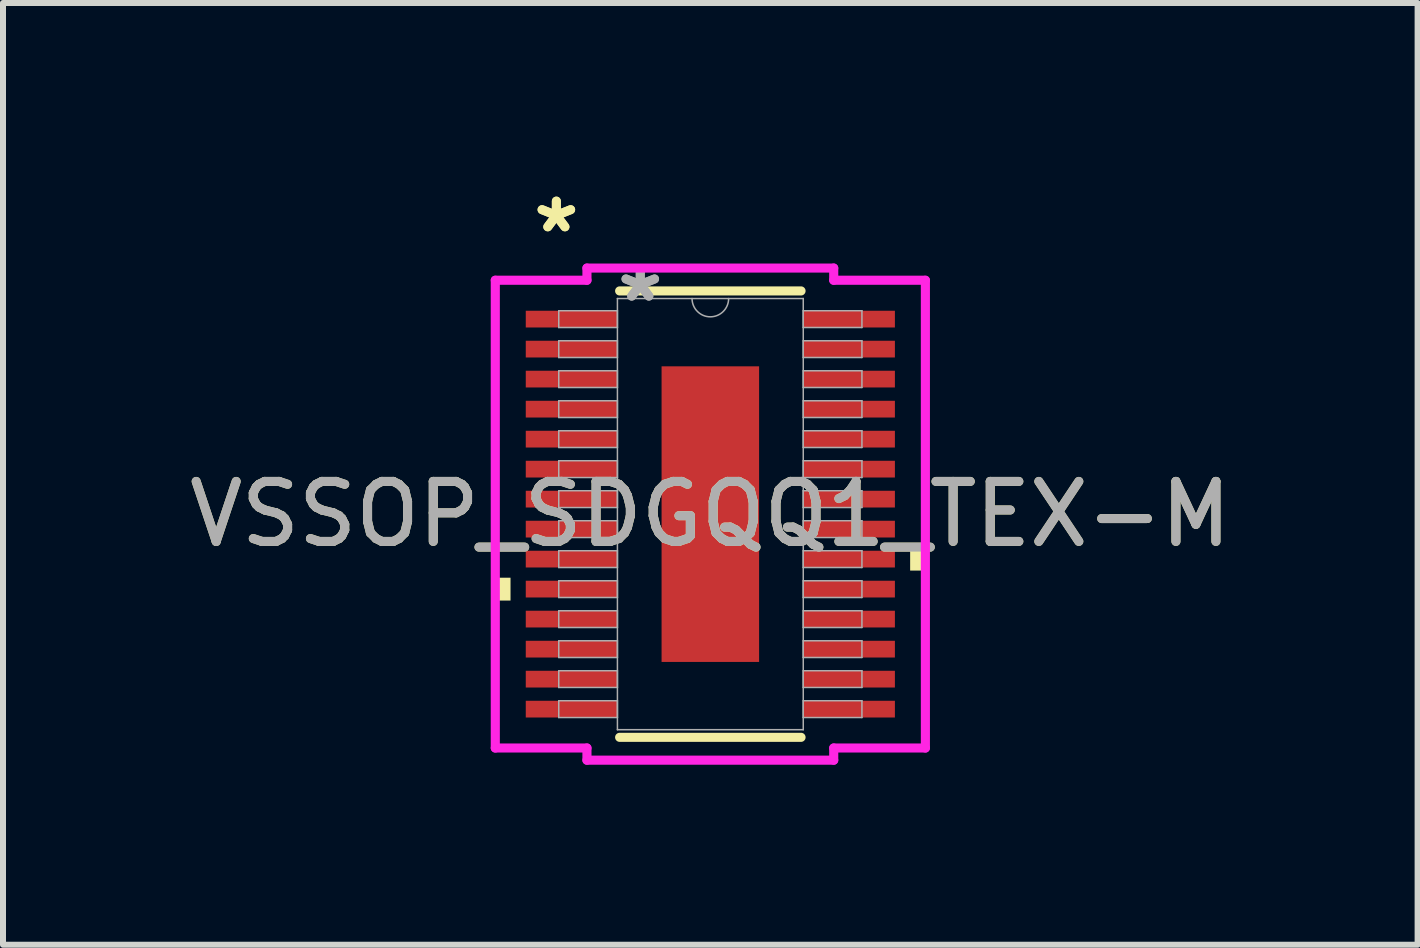
<source format=kicad_pcb>
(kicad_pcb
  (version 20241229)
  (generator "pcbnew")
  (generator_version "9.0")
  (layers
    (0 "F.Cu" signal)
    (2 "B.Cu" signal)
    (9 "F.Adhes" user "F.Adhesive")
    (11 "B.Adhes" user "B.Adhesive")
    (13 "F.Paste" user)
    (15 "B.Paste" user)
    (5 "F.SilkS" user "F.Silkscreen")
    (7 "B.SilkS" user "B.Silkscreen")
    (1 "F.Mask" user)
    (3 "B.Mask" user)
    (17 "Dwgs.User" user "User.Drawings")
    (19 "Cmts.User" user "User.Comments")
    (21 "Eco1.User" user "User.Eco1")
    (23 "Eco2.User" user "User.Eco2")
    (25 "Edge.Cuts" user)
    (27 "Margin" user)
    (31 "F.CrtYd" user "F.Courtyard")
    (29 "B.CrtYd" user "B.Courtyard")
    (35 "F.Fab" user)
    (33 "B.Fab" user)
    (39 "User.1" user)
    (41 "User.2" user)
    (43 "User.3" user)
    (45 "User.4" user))
  (footprint "VSSOP_SDGQQ1_TEX-M"
    (layer "F.Cu")
    (at 8.792 5.521)
    (property "Reference" "VSSOP_SDGQQ1_TEX-M" (at 0 0 0) (unlocked yes) (layer "F.SilkS") (effects (font (size 1 1) (thickness 0.15))))
    (attr smd)
    (fp_line (start -1.512 3.721) (end 1.512 3.721) (stroke (width 0.152) (type solid)) (layer "F.SilkS"))
    (fp_line (start 1.512 -3.721) (end -1.512 -3.721) (stroke (width 0.152) (type solid)) (layer "F.SilkS"))
    (fp_poly (pts (xy -3.585 1.06) (xy -3.585 1.441) (xy -3.331 1.441) (xy -3.331 1.06)) (stroke (width 0) (type solid)) (fill yes) (layer "F.SilkS"))
    (fp_poly (pts (xy 3.585 0.56) (xy 3.585 0.941) (xy 3.331 0.941) (xy 3.331 0.56)) (stroke (width 0) (type solid)) (fill yes) (layer "F.SilkS"))
    (fp_poly (pts (xy -0.713 -2.364) (xy -0.713 -0.921) (xy 0.713 -0.921) (xy 0.713 -2.364)) (stroke (width 0) (type solid)) (fill yes) (layer "F.Paste"))
    (fp_poly (pts (xy -0.713 -0.721) (xy -0.713 0.721) (xy 0.713 0.721) (xy 0.713 -0.721)) (stroke (width 0) (type solid)) (fill yes) (layer "F.Paste"))
    (fp_poly (pts (xy -0.713 0.921) (xy -0.713 2.364) (xy 0.713 2.364) (xy 0.713 0.921)) (stroke (width 0) (type solid)) (fill yes) (layer "F.Paste"))
    (fp_line (start -3.585 -3.899) (end -2.057 -3.899) (stroke (width 0.152) (type solid)) (layer "F.CrtYd"))
    (fp_line (start -3.585 3.899) (end -3.585 -3.899) (stroke (width 0.152) (type solid)) (layer "F.CrtYd"))
    (fp_line (start -3.585 3.899) (end -2.057 3.899) (stroke (width 0.152) (type solid)) (layer "F.CrtYd"))
    (fp_line (start -2.057 -4.102) (end 2.057 -4.102) (stroke (width 0.152) (type solid)) (layer "F.CrtYd"))
    (fp_line (start -2.057 -3.899) (end -2.057 -4.102) (stroke (width 0.152) (type solid)) (layer "F.CrtYd"))
    (fp_line (start -2.057 4.102) (end -2.057 3.899) (stroke (width 0.152) (type solid)) (layer "F.CrtYd"))
    (fp_line (start 2.057 -4.102) (end 2.057 -3.899) (stroke (width 0.152) (type solid)) (layer "F.CrtYd"))
    (fp_line (start 2.057 3.899) (end 2.057 4.102) (stroke (width 0.152) (type solid)) (layer "F.CrtYd"))
    (fp_line (start 2.057 4.102) (end -2.057 4.102) (stroke (width 0.152) (type solid)) (layer "F.CrtYd"))
    (fp_line (start 3.585 -3.899) (end 2.057 -3.899) (stroke (width 0.152) (type solid)) (layer "F.CrtYd"))
    (fp_line (start 3.585 -3.899) (end 3.585 3.899) (stroke (width 0.152) (type solid)) (layer "F.CrtYd"))
    (fp_line (start 3.585 3.899) (end 2.057 3.899) (stroke (width 0.152) (type solid)) (layer "F.CrtYd"))
    (fp_line (start -2.527 -3.391) (end -2.527 -3.111) (stroke (width 0.025) (type solid)) (layer "F.Fab"))
    (fp_line (start -2.527 -3.111) (end -1.549 -3.111) (stroke (width 0.025) (type solid)) (layer "F.Fab"))
    (fp_line (start -2.527 -2.89) (end -2.527 -2.611) (stroke (width 0.025) (type solid)) (layer "F.Fab"))
    (fp_line (start -2.527 -2.611) (end -1.549 -2.611) (stroke (width 0.025) (type solid)) (layer "F.Fab"))
    (fp_line (start -2.527 -2.39) (end -2.527 -2.111) (stroke (width 0.025) (type solid)) (layer "F.Fab"))
    (fp_line (start -2.527 -2.111) (end -1.549 -2.111) (stroke (width 0.025) (type solid)) (layer "F.Fab"))
    (fp_line (start -2.527 -1.89) (end -2.527 -1.611) (stroke (width 0.025) (type solid)) (layer "F.Fab"))
    (fp_line (start -2.527 -1.611) (end -1.549 -1.611) (stroke (width 0.025) (type solid)) (layer "F.Fab"))
    (fp_line (start -2.527 -1.39) (end -2.527 -1.111) (stroke (width 0.025) (type solid)) (layer "F.Fab"))
    (fp_line (start -2.527 -1.111) (end -1.549 -1.111) (stroke (width 0.025) (type solid)) (layer "F.Fab"))
    (fp_line (start -2.527 -0.89) (end -2.527 -0.61) (stroke (width 0.025) (type solid)) (layer "F.Fab"))
    (fp_line (start -2.527 -0.61) (end -1.549 -0.61) (stroke (width 0.025) (type solid)) (layer "F.Fab"))
    (fp_line (start -2.527 -0.39) (end -2.527 -0.11) (stroke (width 0.025) (type solid)) (layer "F.Fab"))
    (fp_line (start -2.527 -0.11) (end -1.549 -0.11) (stroke (width 0.025) (type solid)) (layer "F.Fab"))
    (fp_line (start -2.527 0.11) (end -2.527 0.39) (stroke (width 0.025) (type solid)) (layer "F.Fab"))
    (fp_line (start -2.527 0.39) (end -1.549 0.39) (stroke (width 0.025) (type solid)) (layer "F.Fab"))
    (fp_line (start -2.527 0.61) (end -2.527 0.89) (stroke (width 0.025) (type solid)) (layer "F.Fab"))
    (fp_line (start -2.527 0.89) (end -1.549 0.89) (stroke (width 0.025) (type solid)) (layer "F.Fab"))
    (fp_line (start -2.527 1.111) (end -2.527 1.39) (stroke (width 0.025) (type solid)) (layer "F.Fab"))
    (fp_line (start -2.527 1.39) (end -1.549 1.39) (stroke (width 0.025) (type solid)) (layer "F.Fab"))
    (fp_line (start -2.527 1.611) (end -2.527 1.89) (stroke (width 0.025) (type solid)) (layer "F.Fab"))
    (fp_line (start -2.527 1.89) (end -1.549 1.89) (stroke (width 0.025) (type solid)) (layer "F.Fab"))
    (fp_line (start -2.527 2.111) (end -2.527 2.39) (stroke (width 0.025) (type solid)) (layer "F.Fab"))
    (fp_line (start -2.527 2.39) (end -1.549 2.39) (stroke (width 0.025) (type solid)) (layer "F.Fab"))
    (fp_line (start -2.527 2.611) (end -2.527 2.89) (stroke (width 0.025) (type solid)) (layer "F.Fab"))
    (fp_line (start -2.527 2.89) (end -1.549 2.89) (stroke (width 0.025) (type solid)) (layer "F.Fab"))
    (fp_line (start -2.527 3.111) (end -2.527 3.391) (stroke (width 0.025) (type solid)) (layer "F.Fab"))
    (fp_line (start -2.527 3.391) (end -1.549 3.391) (stroke (width 0.025) (type solid)) (layer "F.Fab"))
    (fp_line (start -1.549 -3.594) (end -1.549 3.594) (stroke (width 0.025) (type solid)) (layer "F.Fab"))
    (fp_line (start -1.549 -3.391) (end -2.527 -3.391) (stroke (width 0.025) (type solid)) (layer "F.Fab"))
    (fp_line (start -1.549 -3.111) (end -1.549 -3.391) (stroke (width 0.025) (type solid)) (layer "F.Fab"))
    (fp_line (start -1.549 -2.89) (end -2.527 -2.89) (stroke (width 0.025) (type solid)) (layer "F.Fab"))
    (fp_line (start -1.549 -2.611) (end -1.549 -2.89) (stroke (width 0.025) (type solid)) (layer "F.Fab"))
    (fp_line (start -1.549 -2.39) (end -2.527 -2.39) (stroke (width 0.025) (type solid)) (layer "F.Fab"))
    (fp_line (start -1.549 -2.111) (end -1.549 -2.39) (stroke (width 0.025) (type solid)) (layer "F.Fab"))
    (fp_line (start -1.549 -1.89) (end -2.527 -1.89) (stroke (width 0.025) (type solid)) (layer "F.Fab"))
    (fp_line (start -1.549 -1.611) (end -1.549 -1.89) (stroke (width 0.025) (type solid)) (layer "F.Fab"))
    (fp_line (start -1.549 -1.39) (end -2.527 -1.39) (stroke (width 0.025) (type solid)) (layer "F.Fab"))
    (fp_line (start -1.549 -1.111) (end -1.549 -1.39) (stroke (width 0.025) (type solid)) (layer "F.Fab"))
    (fp_line (start -1.549 -0.89) (end -2.527 -0.89) (stroke (width 0.025) (type solid)) (layer "F.Fab"))
    (fp_line (start -1.549 -0.61) (end -1.549 -0.89) (stroke (width 0.025) (type solid)) (layer "F.Fab"))
    (fp_line (start -1.549 -0.39) (end -2.527 -0.39) (stroke (width 0.025) (type solid)) (layer "F.Fab"))
    (fp_line (start -1.549 -0.11) (end -1.549 -0.39) (stroke (width 0.025) (type solid)) (layer "F.Fab"))
    (fp_line (start -1.549 0.11) (end -2.527 0.11) (stroke (width 0.025) (type solid)) (layer "F.Fab"))
    (fp_line (start -1.549 0.39) (end -1.549 0.11) (stroke (width 0.025) (type solid)) (layer "F.Fab"))
    (fp_line (start -1.549 0.61) (end -2.527 0.61) (stroke (width 0.025) (type solid)) (layer "F.Fab"))
    (fp_line (start -1.549 0.89) (end -1.549 0.61) (stroke (width 0.025) (type solid)) (layer "F.Fab"))
    (fp_line (start -1.549 1.111) (end -2.527 1.111) (stroke (width 0.025) (type solid)) (layer "F.Fab"))
    (fp_line (start -1.549 1.39) (end -1.549 1.111) (stroke (width 0.025) (type solid)) (layer "F.Fab"))
    (fp_line (start -1.549 1.611) (end -2.527 1.611) (stroke (width 0.025) (type solid)) (layer "F.Fab"))
    (fp_line (start -1.549 1.89) (end -1.549 1.611) (stroke (width 0.025) (type solid)) (layer "F.Fab"))
    (fp_line (start -1.549 2.111) (end -2.527 2.111) (stroke (width 0.025) (type solid)) (layer "F.Fab"))
    (fp_line (start -1.549 2.39) (end -1.549 2.111) (stroke (width 0.025) (type solid)) (layer "F.Fab"))
    (fp_line (start -1.549 2.611) (end -2.527 2.611) (stroke (width 0.025) (type solid)) (layer "F.Fab"))
    (fp_line (start -1.549 2.89) (end -1.549 2.611) (stroke (width 0.025) (type solid)) (layer "F.Fab"))
    (fp_line (start -1.549 3.111) (end -2.527 3.111) (stroke (width 0.025) (type solid)) (layer "F.Fab"))
    (fp_line (start -1.549 3.391) (end -1.549 3.111) (stroke (width 0.025) (type solid)) (layer "F.Fab"))
    (fp_line (start -1.549 3.594) (end 1.549 3.594) (stroke (width 0.025) (type solid)) (layer "F.Fab"))
    (fp_line (start 1.549 -3.594) (end -1.549 -3.594) (stroke (width 0.025) (type solid)) (layer "F.Fab"))
    (fp_line (start 1.549 -3.391) (end 1.549 -3.111) (stroke (width 0.025) (type solid)) (layer "F.Fab"))
    (fp_line (start 1.549 -3.111) (end 2.527 -3.111) (stroke (width 0.025) (type solid)) (layer "F.Fab"))
    (fp_line (start 1.549 -2.89) (end 1.549 -2.611) (stroke (width 0.025) (type solid)) (layer "F.Fab"))
    (fp_line (start 1.549 -2.611) (end 2.527 -2.611) (stroke (width 0.025) (type solid)) (layer "F.Fab"))
    (fp_line (start 1.549 -2.39) (end 1.549 -2.111) (stroke (width 0.025) (type solid)) (layer "F.Fab"))
    (fp_line (start 1.549 -2.111) (end 2.527 -2.111) (stroke (width 0.025) (type solid)) (layer "F.Fab"))
    (fp_line (start 1.549 -1.89) (end 1.549 -1.611) (stroke (width 0.025) (type solid)) (layer "F.Fab"))
    (fp_line (start 1.549 -1.611) (end 2.527 -1.611) (stroke (width 0.025) (type solid)) (layer "F.Fab"))
    (fp_line (start 1.549 -1.39) (end 1.549 -1.111) (stroke (width 0.025) (type solid)) (layer "F.Fab"))
    (fp_line (start 1.549 -1.111) (end 2.527 -1.111) (stroke (width 0.025) (type solid)) (layer "F.Fab"))
    (fp_line (start 1.549 -0.89) (end 1.549 -0.61) (stroke (width 0.025) (type solid)) (layer "F.Fab"))
    (fp_line (start 1.549 -0.61) (end 2.527 -0.61) (stroke (width 0.025) (type solid)) (layer "F.Fab"))
    (fp_line (start 1.549 -0.39) (end 1.549 -0.11) (stroke (width 0.025) (type solid)) (layer "F.Fab"))
    (fp_line (start 1.549 -0.11) (end 2.527 -0.11) (stroke (width 0.025) (type solid)) (layer "F.Fab"))
    (fp_line (start 1.549 0.11) (end 1.549 0.39) (stroke (width 0.025) (type solid)) (layer "F.Fab"))
    (fp_line (start 1.549 0.39) (end 2.527 0.39) (stroke (width 0.025) (type solid)) (layer "F.Fab"))
    (fp_line (start 1.549 0.61) (end 1.549 0.89) (stroke (width 0.025) (type solid)) (layer "F.Fab"))
    (fp_line (start 1.549 0.89) (end 2.527 0.89) (stroke (width 0.025) (type solid)) (layer "F.Fab"))
    (fp_line (start 1.549 1.111) (end 1.549 1.39) (stroke (width 0.025) (type solid)) (layer "F.Fab"))
    (fp_line (start 1.549 1.39) (end 2.527 1.39) (stroke (width 0.025) (type solid)) (layer "F.Fab"))
    (fp_line (start 1.549 1.611) (end 1.549 1.89) (stroke (width 0.025) (type solid)) (layer "F.Fab"))
    (fp_line (start 1.549 1.89) (end 2.527 1.89) (stroke (width 0.025) (type solid)) (layer "F.Fab"))
    (fp_line (start 1.549 2.111) (end 1.549 2.39) (stroke (width 0.025) (type solid)) (layer "F.Fab"))
    (fp_line (start 1.549 2.39) (end 2.527 2.39) (stroke (width 0.025) (type solid)) (layer "F.Fab"))
    (fp_line (start 1.549 2.611) (end 1.549 2.89) (stroke (width 0.025) (type solid)) (layer "F.Fab"))
    (fp_line (start 1.549 2.89) (end 2.527 2.89) (stroke (width 0.025) (type solid)) (layer "F.Fab"))
    (fp_line (start 1.549 3.111) (end 1.549 3.391) (stroke (width 0.025) (type solid)) (layer "F.Fab"))
    (fp_line (start 1.549 3.391) (end 2.527 3.391) (stroke (width 0.025) (type solid)) (layer "F.Fab"))
    (fp_line (start 1.549 3.594) (end 1.549 -3.594) (stroke (width 0.025) (type solid)) (layer "F.Fab"))
    (fp_line (start 2.527 -3.391) (end 1.549 -3.391) (stroke (width 0.025) (type solid)) (layer "F.Fab"))
    (fp_line (start 2.527 -3.111) (end 2.527 -3.391) (stroke (width 0.025) (type solid)) (layer "F.Fab"))
    (fp_line (start 2.527 -2.89) (end 1.549 -2.89) (stroke (width 0.025) (type solid)) (layer "F.Fab"))
    (fp_line (start 2.527 -2.611) (end 2.527 -2.89) (stroke (width 0.025) (type solid)) (layer "F.Fab"))
    (fp_line (start 2.527 -2.39) (end 1.549 -2.39) (stroke (width 0.025) (type solid)) (layer "F.Fab"))
    (fp_line (start 2.527 -2.111) (end 2.527 -2.39) (stroke (width 0.025) (type solid)) (layer "F.Fab"))
    (fp_line (start 2.527 -1.89) (end 1.549 -1.89) (stroke (width 0.025) (type solid)) (layer "F.Fab"))
    (fp_line (start 2.527 -1.611) (end 2.527 -1.89) (stroke (width 0.025) (type solid)) (layer "F.Fab"))
    (fp_line (start 2.527 -1.39) (end 1.549 -1.39) (stroke (width 0.025) (type solid)) (layer "F.Fab"))
    (fp_line (start 2.527 -1.111) (end 2.527 -1.39) (stroke (width 0.025) (type solid)) (layer "F.Fab"))
    (fp_line (start 2.527 -0.89) (end 1.549 -0.89) (stroke (width 0.025) (type solid)) (layer "F.Fab"))
    (fp_line (start 2.527 -0.61) (end 2.527 -0.89) (stroke (width 0.025) (type solid)) (layer "F.Fab"))
    (fp_line (start 2.527 -0.39) (end 1.549 -0.39) (stroke (width 0.025) (type solid)) (layer "F.Fab"))
    (fp_line (start 2.527 -0.11) (end 2.527 -0.39) (stroke (width 0.025) (type solid)) (layer "F.Fab"))
    (fp_line (start 2.527 0.11) (end 1.549 0.11) (stroke (width 0.025) (type solid)) (layer "F.Fab"))
    (fp_line (start 2.527 0.39) (end 2.527 0.11) (stroke (width 0.025) (type solid)) (layer "F.Fab"))
    (fp_line (start 2.527 0.61) (end 1.549 0.61) (stroke (width 0.025) (type solid)) (layer "F.Fab"))
    (fp_line (start 2.527 0.89) (end 2.527 0.61) (stroke (width 0.025) (type solid)) (layer "F.Fab"))
    (fp_line (start 2.527 1.111) (end 1.549 1.111) (stroke (width 0.025) (type solid)) (layer "F.Fab"))
    (fp_line (start 2.527 1.39) (end 2.527 1.111) (stroke (width 0.025) (type solid)) (layer "F.Fab"))
    (fp_line (start 2.527 1.611) (end 1.549 1.611) (stroke (width 0.025) (type solid)) (layer "F.Fab"))
    (fp_line (start 2.527 1.89) (end 2.527 1.611) (stroke (width 0.025) (type solid)) (layer "F.Fab"))
    (fp_line (start 2.527 2.111) (end 1.549 2.111) (stroke (width 0.025) (type solid)) (layer "F.Fab"))
    (fp_line (start 2.527 2.39) (end 2.527 2.111) (stroke (width 0.025) (type solid)) (layer "F.Fab"))
    (fp_line (start 2.527 2.611) (end 1.549 2.611) (stroke (width 0.025) (type solid)) (layer "F.Fab"))
    (fp_line (start 2.527 2.89) (end 2.527 2.611) (stroke (width 0.025) (type solid)) (layer "F.Fab"))
    (fp_line (start 2.527 3.111) (end 1.549 3.111) (stroke (width 0.025) (type solid)) (layer "F.Fab"))
    (fp_line (start 2.527 3.391) (end 2.527 3.111) (stroke (width 0.025) (type solid)) (layer "F.Fab"))
    (fp_arc (start 0.3048 -3.5941) (mid 0 -3.2893) (end -0.3048 -3.5941) (stroke (width 0.0254) (type solid)) (layer "F.Fab"))
    (fp_text user "*" (at -2.567 -4.673 0) (layer "F.SilkS") (effects (font (size 1 1) (thickness 0.15))))
    (fp_text user "*" (at -2.567 -4.673 0) (unlocked yes) (layer "F.SilkS") (effects (font (size 1 1) (thickness 0.15))))
    (fp_text user "${REFERENCE}" (at 0 0 0) (unlocked yes) (layer "F.Fab") (effects (font (size 1 1) (thickness 0.15))))
    (fp_text user "*" (at -1.168 -3.518 0) (layer "F.Fab") (effects (font (size 1 1) (thickness 0.15))))
    (fp_text user "*" (at -1.168 -3.518 0) (unlocked yes) (layer "F.Fab") (effects (font (size 1 1) (thickness 0.15))))
    (pad "1" smd rect (at -2.313 -3.251) (size 1.528 0.279) (layers "F.Cu" "F.Mask" "F.Paste"))
    (pad "2" smd rect (at -2.313 -2.751) (size 1.528 0.279) (layers "F.Cu" "F.Mask" "F.Paste"))
    (pad "3" smd rect (at -2.313 -2.251) (size 1.528 0.279) (layers "F.Cu" "F.Mask" "F.Paste"))
    (pad "4" smd rect (at -2.313 -1.75) (size 1.528 0.279) (layers "F.Cu" "F.Mask" "F.Paste"))
    (pad "5" smd rect (at -2.313 -1.25) (size 1.528 0.279) (layers "F.Cu" "F.Mask" "F.Paste"))
    (pad "6" smd rect (at -2.313 -0.75) (size 1.528 0.279) (layers "F.Cu" "F.Mask" "F.Paste"))
    (pad "7" smd rect (at -2.313 -0.25) (size 1.528 0.279) (layers "F.Cu" "F.Mask" "F.Paste"))
    (pad "8" smd rect (at -2.313 0.25) (size 1.528 0.279) (layers "F.Cu" "F.Mask" "F.Paste"))
    (pad "9" smd rect (at -2.313 0.75) (size 1.528 0.279) (layers "F.Cu" "F.Mask" "F.Paste"))
    (pad "10" smd rect (at -2.313 1.25) (size 1.528 0.279) (layers "F.Cu" "F.Mask" "F.Paste"))
    (pad "11" smd rect (at -2.313 1.75) (size 1.528 0.279) (layers "F.Cu" "F.Mask" "F.Paste"))
    (pad "12" smd rect (at -2.313 2.251) (size 1.528 0.279) (layers "F.Cu" "F.Mask" "F.Paste"))
    (pad "13" smd rect (at -2.313 2.751) (size 1.528 0.279) (layers "F.Cu" "F.Mask" "F.Paste"))
    (pad "14" smd rect (at -2.313 3.251) (size 1.528 0.279) (layers "F.Cu" "F.Mask" "F.Paste"))
    (pad "15" smd rect (at 2.313 3.251) (size 1.528 0.279) (layers "F.Cu" "F.Mask" "F.Paste"))
    (pad "16" smd rect (at 2.313 2.751) (size 1.528 0.279) (layers "F.Cu" "F.Mask" "F.Paste"))
    (pad "17" smd rect (at 2.313 2.251) (size 1.528 0.279) (layers "F.Cu" "F.Mask" "F.Paste"))
    (pad "18" smd rect (at 2.313 1.75) (size 1.528 0.279) (layers "F.Cu" "F.Mask" "F.Paste"))
    (pad "19" smd rect (at 2.313 1.25) (size 1.528 0.279) (layers "F.Cu" "F.Mask" "F.Paste"))
    (pad "20" smd rect (at 2.313 0.75) (size 1.528 0.279) (layers "F.Cu" "F.Mask" "F.Paste"))
    (pad "21" smd rect (at 2.313 0.25) (size 1.528 0.279) (layers "F.Cu" "F.Mask" "F.Paste"))
    (pad "22" smd rect (at 2.313 -0.25) (size 1.528 0.279) (layers "F.Cu" "F.Mask" "F.Paste"))
    (pad "23" smd rect (at 2.313 -0.75) (size 1.528 0.279) (layers "F.Cu" "F.Mask" "F.Paste"))
    (pad "24" smd rect (at 2.313 -1.25) (size 1.528 0.279) (layers "F.Cu" "F.Mask" "F.Paste"))
    (pad "25" smd rect (at 2.313 -1.75) (size 1.528 0.279) (layers "F.Cu" "F.Mask" "F.Paste"))
    (pad "26" smd rect (at 2.313 -2.251) (size 1.528 0.279) (layers "F.Cu" "F.Mask" "F.Paste"))
    (pad "27" smd rect (at 2.313 -2.751) (size 1.528 0.279) (layers "F.Cu" "F.Mask" "F.Paste"))
    (pad "28" smd rect (at 2.313 -3.251) (size 1.528 0.279) (layers "F.Cu" "F.Mask" "F.Paste"))
    (pad "EPAD" smd rect (at 0 0) (size 1.626 4.928) (layers "F.Cu" "F.Mask")))
  (gr_rect
    (start -3 -3)
    (end 20.583 12.7)
    (stroke (width 0.1) (type default))
    (fill no)
    (layer "Edge.Cuts")))
</source>
